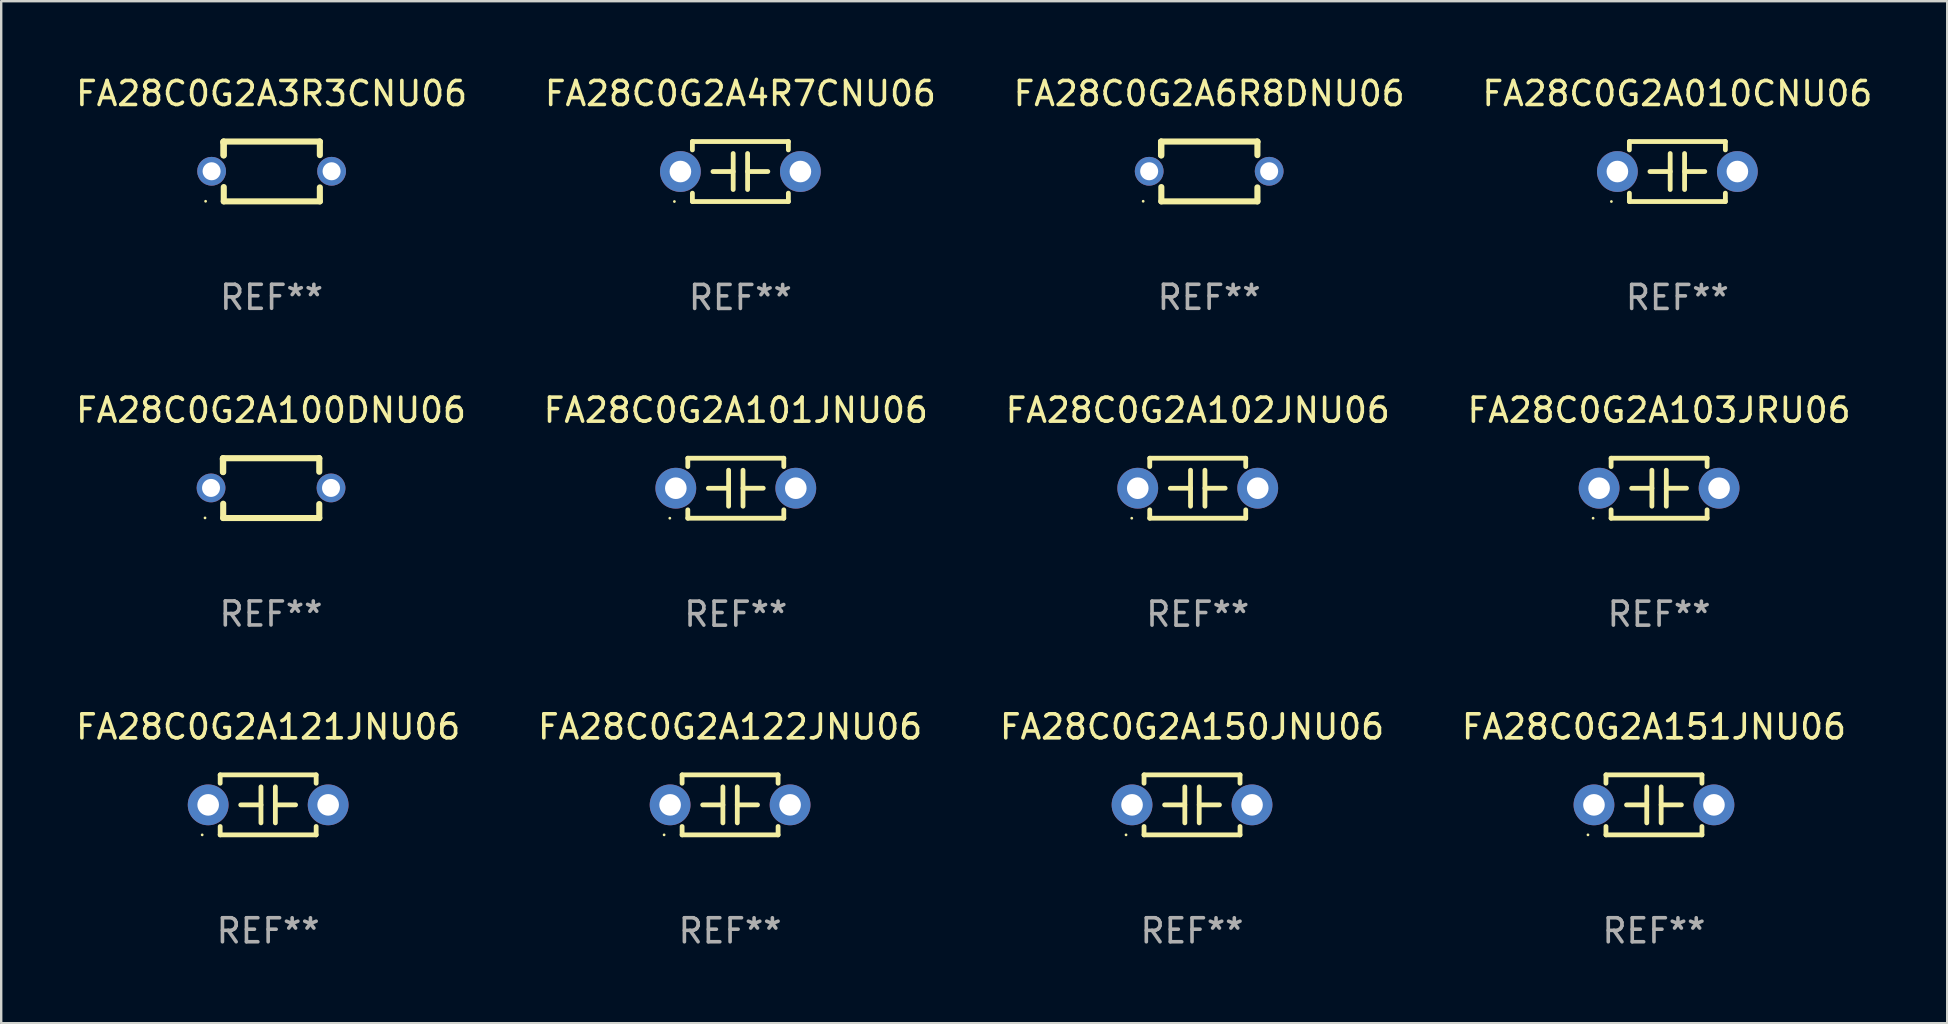
<source format=kicad_pcb>
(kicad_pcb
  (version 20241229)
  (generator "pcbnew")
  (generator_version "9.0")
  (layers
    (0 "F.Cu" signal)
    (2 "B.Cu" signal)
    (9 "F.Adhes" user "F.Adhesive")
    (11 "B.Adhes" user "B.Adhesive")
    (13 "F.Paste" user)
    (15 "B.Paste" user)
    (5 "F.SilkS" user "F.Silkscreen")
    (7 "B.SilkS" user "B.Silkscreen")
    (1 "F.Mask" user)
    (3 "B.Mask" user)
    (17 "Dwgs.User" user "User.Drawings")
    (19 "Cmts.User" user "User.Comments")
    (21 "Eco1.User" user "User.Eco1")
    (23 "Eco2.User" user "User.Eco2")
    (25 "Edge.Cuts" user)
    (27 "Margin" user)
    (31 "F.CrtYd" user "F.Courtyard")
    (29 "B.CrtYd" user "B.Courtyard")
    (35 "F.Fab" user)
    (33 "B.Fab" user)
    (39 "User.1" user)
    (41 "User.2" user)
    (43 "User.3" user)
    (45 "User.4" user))
  (footprint "FA28C0G2A103JRU06"
    (layer "F.Cu")
    (at 66.089 17.295)
    (property "Reference" "FA28C0G2A103JRU06" (at 0 -3.25 0) (layer "F.SilkS") (effects (font (size 1 1) (thickness 0.15))))
    (attr through_hole)
    (fp_line (start -2 -1.25) (end -2 -0.901) (stroke (width 0.2) (type solid)) (layer "F.SilkS"))
    (fp_line (start -2 -1.25) (end 2 -1.25) (stroke (width 0.2) (type solid)) (layer "F.SilkS"))
    (fp_line (start -2 0.901) (end -2 1.25) (stroke (width 0.2) (type solid)) (layer "F.SilkS"))
    (fp_line (start -0.3 -0.75) (end -0.3 0.75) (stroke (width 0.2) (type solid)) (layer "F.SilkS"))
    (fp_line (start -0.3 0.001) (end -1.143 0.001) (stroke (width 0.2) (type solid)) (layer "F.SilkS"))
    (fp_line (start 0.3 -0.001) (end 1.143 -0.001) (stroke (width 0.2) (type solid)) (layer "F.SilkS"))
    (fp_line (start 0.3 0.75) (end 0.3 -0.75) (stroke (width 0.2) (type solid)) (layer "F.SilkS"))
    (fp_line (start 2 -1.25) (end 2 -0.901) (stroke (width 0.2) (type solid)) (layer "F.SilkS"))
    (fp_line (start 2 0.901) (end 2 1.25) (stroke (width 0.2) (type solid)) (layer "F.SilkS"))
    (fp_line (start 2 1.25) (end -2 1.25) (stroke (width 0.2) (type solid)) (layer "F.SilkS"))
    (fp_circle (center -2.75 1.25) (end -2.72 1.25) (stroke (width 0.06) (type solid)) (fill no) (layer "F.SilkS"))
    (fp_text user "REF**" (at 0 5.25 0) (layer "F.Fab") (effects (font (size 1 1) (thickness 0.15))))
    (pad "1" thru_hole circle (at -2.5 0) (size 1.7 1.7) (drill 0.9) (layers "*.Cu" "*.Mask"))
    (pad "2" thru_hole circle (at 2.5 0) (size 1.7 1.7) (drill 0.9) (layers "*.Cu" "*.Mask")))
  (footprint "FA28C0G2A151JNU06"
    (layer "F.Cu")
    (at 65.875 30.491)
    (property "Reference" "FA28C0G2A151JNU06" (at 0 -3.25 0) (layer "F.SilkS") (effects (font (size 1 1) (thickness 0.15))))
    (attr through_hole)
    (fp_line (start -2 -1.25) (end -2 -0.901) (stroke (width 0.2) (type solid)) (layer "F.SilkS"))
    (fp_line (start -2 -1.25) (end 2 -1.25) (stroke (width 0.2) (type solid)) (layer "F.SilkS"))
    (fp_line (start -2 0.901) (end -2 1.25) (stroke (width 0.2) (type solid)) (layer "F.SilkS"))
    (fp_line (start -0.3 -0.75) (end -0.3 0.75) (stroke (width 0.2) (type solid)) (layer "F.SilkS"))
    (fp_line (start -0.3 0.001) (end -1.143 0.001) (stroke (width 0.2) (type solid)) (layer "F.SilkS"))
    (fp_line (start 0.3 -0.001) (end 1.143 -0.001) (stroke (width 0.2) (type solid)) (layer "F.SilkS"))
    (fp_line (start 0.3 0.75) (end 0.3 -0.75) (stroke (width 0.2) (type solid)) (layer "F.SilkS"))
    (fp_line (start 2 -1.25) (end 2 -0.901) (stroke (width 0.2) (type solid)) (layer "F.SilkS"))
    (fp_line (start 2 0.901) (end 2 1.25) (stroke (width 0.2) (type solid)) (layer "F.SilkS"))
    (fp_line (start 2 1.25) (end -2 1.25) (stroke (width 0.2) (type solid)) (layer "F.SilkS"))
    (fp_circle (center -2.75 1.25) (end -2.72 1.25) (stroke (width 0.06) (type solid)) (fill no) (layer "F.SilkS"))
    (fp_text user "REF**" (at 0 5.25 0) (layer "F.Fab") (effects (font (size 1 1) (thickness 0.15))))
    (pad "1" thru_hole circle (at -2.5 0) (size 1.7 1.7) (drill 0.9) (layers "*.Cu" "*.Mask"))
    (pad "2" thru_hole circle (at 2.5 0) (size 1.7 1.7) (drill 0.9) (layers "*.Cu" "*.Mask")))
  (footprint "FA28C0G2A100DNU06"
    (layer "F.Cu")
    (at 8.244 17.291)
    (property "Reference" "FA28C0G2A100DNU06" (at 0 -3.247 0) (layer "F.SilkS") (effects (font (size 1 1) (thickness 0.15))))
    (attr through_hole)
    (fp_line (start -2.006 -1.24) (end -1.999 -1.247) (stroke (width 0.254) (type solid)) (layer "F.SilkS"))
    (fp_line (start -2.006 -0.676) (end -2.006 -1.24) (stroke (width 0.254) (type solid)) (layer "F.SilkS"))
    (fp_line (start -1.999 -1.247) (end 2.005 -1.247) (stroke (width 0.254) (type solid)) (layer "F.SilkS"))
    (fp_line (start -1.993 -1.186) (end -2.006 -1.2) (stroke (width 0.254) (type solid)) (layer "F.SilkS"))
    (fp_line (start -1.993 -0.665) (end -1.993 -1.186) (stroke (width 0.254) (type solid)) (layer "F.SilkS"))
    (fp_line (start -1.993 1.247) (end -1.993 0.65) (stroke (width 0.254) (type solid)) (layer "F.SilkS"))
    (fp_line (start 2.005 -1.247) (end 2.011 -1.24) (stroke (width 0.254) (type solid)) (layer "F.SilkS"))
    (fp_line (start 2.011 -1.24) (end 2.011 -0.68) (stroke (width 0.254) (type solid)) (layer "F.SilkS"))
    (fp_line (start 2.011 0.664) (end 2.011 1.247) (stroke (width 0.254) (type solid)) (layer "F.SilkS"))
    (fp_line (start 2.011 1.247) (end -1.993 1.247) (stroke (width 0.254) (type solid)) (layer "F.SilkS"))
    (fp_circle (center -2.75 1.242) (end -2.72 1.242) (stroke (width 0.06) (type solid)) (fill no) (layer "F.SilkS"))
    (fp_text user "REF**" (at 0 5.247 0) (layer "F.Fab") (effects (font (size 1 1) (thickness 0.15))))
    (pad "1" thru_hole circle (at -2.5 -0.008) (size 1.2 1.2) (drill 0.75) (layers "*.Cu" "*.Mask"))
    (pad "2" thru_hole circle (at 2.5 -0.008) (size 1.2 1.2) (drill 0.75) (layers "*.Cu" "*.Mask")))
  (footprint "FA28C0G2A4R7CNU06"
    (layer "F.Cu")
    (at 27.804 4.098)
    (property "Reference" "FA28C0G2A4R7CNU06" (at 0 -3.25 0) (layer "F.SilkS") (effects (font (size 1 1) (thickness 0.15))))
    (attr through_hole)
    (fp_line (start -2 -1.25) (end -2 -0.901) (stroke (width 0.2) (type solid)) (layer "F.SilkS"))
    (fp_line (start -2 -1.25) (end 2 -1.25) (stroke (width 0.2) (type solid)) (layer "F.SilkS"))
    (fp_line (start -2 0.901) (end -2 1.25) (stroke (width 0.2) (type solid)) (layer "F.SilkS"))
    (fp_line (start -0.3 -0.75) (end -0.3 0.75) (stroke (width 0.2) (type solid)) (layer "F.SilkS"))
    (fp_line (start -0.3 0.001) (end -1.143 0.001) (stroke (width 0.2) (type solid)) (layer "F.SilkS"))
    (fp_line (start 0.3 -0.001) (end 1.143 -0.001) (stroke (width 0.2) (type solid)) (layer "F.SilkS"))
    (fp_line (start 0.3 0.75) (end 0.3 -0.75) (stroke (width 0.2) (type solid)) (layer "F.SilkS"))
    (fp_line (start 2 -1.25) (end 2 -0.901) (stroke (width 0.2) (type solid)) (layer "F.SilkS"))
    (fp_line (start 2 0.901) (end 2 1.25) (stroke (width 0.2) (type solid)) (layer "F.SilkS"))
    (fp_line (start 2 1.25) (end -2 1.25) (stroke (width 0.2) (type solid)) (layer "F.SilkS"))
    (fp_circle (center -2.75 1.25) (end -2.72 1.25) (stroke (width 0.06) (type solid)) (fill no) (layer "F.SilkS"))
    (fp_text user "REF**" (at 0 5.25 0) (layer "F.Fab") (effects (font (size 1 1) (thickness 0.15))))
    (pad "1" thru_hole circle (at -2.5 0) (size 1.7 1.7) (drill 0.9) (layers "*.Cu" "*.Mask"))
    (pad "2" thru_hole circle (at 2.5 0) (size 1.7 1.7) (drill 0.9) (layers "*.Cu" "*.Mask")))
  (footprint "FA28C0G2A122JNU06"
    (layer "F.Cu")
    (at 27.375 30.491)
    (property "Reference" "FA28C0G2A122JNU06" (at 0 -3.25 0) (layer "F.SilkS") (effects (font (size 1 1) (thickness 0.15))))
    (attr through_hole)
    (fp_line (start -2 -1.25) (end -2 -0.901) (stroke (width 0.2) (type solid)) (layer "F.SilkS"))
    (fp_line (start -2 -1.25) (end 2 -1.25) (stroke (width 0.2) (type solid)) (layer "F.SilkS"))
    (fp_line (start -2 0.901) (end -2 1.25) (stroke (width 0.2) (type solid)) (layer "F.SilkS"))
    (fp_line (start -0.3 -0.75) (end -0.3 0.75) (stroke (width 0.2) (type solid)) (layer "F.SilkS"))
    (fp_line (start -0.3 0.001) (end -1.143 0.001) (stroke (width 0.2) (type solid)) (layer "F.SilkS"))
    (fp_line (start 0.3 -0.001) (end 1.143 -0.001) (stroke (width 0.2) (type solid)) (layer "F.SilkS"))
    (fp_line (start 0.3 0.75) (end 0.3 -0.75) (stroke (width 0.2) (type solid)) (layer "F.SilkS"))
    (fp_line (start 2 -1.25) (end 2 -0.901) (stroke (width 0.2) (type solid)) (layer "F.SilkS"))
    (fp_line (start 2 0.901) (end 2 1.25) (stroke (width 0.2) (type solid)) (layer "F.SilkS"))
    (fp_line (start 2 1.25) (end -2 1.25) (stroke (width 0.2) (type solid)) (layer "F.SilkS"))
    (fp_circle (center -2.75 1.25) (end -2.72 1.25) (stroke (width 0.06) (type solid)) (fill no) (layer "F.SilkS"))
    (fp_text user "REF**" (at 0 5.25 0) (layer "F.Fab") (effects (font (size 1 1) (thickness 0.15))))
    (pad "1" thru_hole circle (at -2.5 0) (size 1.7 1.7) (drill 0.9) (layers "*.Cu" "*.Mask"))
    (pad "2" thru_hole circle (at 2.5 0) (size 1.7 1.7) (drill 0.9) (layers "*.Cu" "*.Mask")))
  (footprint "FA28C0G2A010CNU06"
    (layer "F.Cu")
    (at 66.851 4.098)
    (property "Reference" "FA28C0G2A010CNU06" (at 0 -3.25 0) (layer "F.SilkS") (effects (font (size 1 1) (thickness 0.15))))
    (attr through_hole)
    (fp_line (start -2 -1.25) (end -2 -0.901) (stroke (width 0.2) (type solid)) (layer "F.SilkS"))
    (fp_line (start -2 -1.25) (end 2 -1.25) (stroke (width 0.2) (type solid)) (layer "F.SilkS"))
    (fp_line (start -2 0.901) (end -2 1.25) (stroke (width 0.2) (type solid)) (layer "F.SilkS"))
    (fp_line (start -0.3 -0.75) (end -0.3 0.75) (stroke (width 0.2) (type solid)) (layer "F.SilkS"))
    (fp_line (start -0.3 0.001) (end -1.143 0.001) (stroke (width 0.2) (type solid)) (layer "F.SilkS"))
    (fp_line (start 0.3 -0.001) (end 1.143 -0.001) (stroke (width 0.2) (type solid)) (layer "F.SilkS"))
    (fp_line (start 0.3 0.75) (end 0.3 -0.75) (stroke (width 0.2) (type solid)) (layer "F.SilkS"))
    (fp_line (start 2 -1.25) (end 2 -0.901) (stroke (width 0.2) (type solid)) (layer "F.SilkS"))
    (fp_line (start 2 0.901) (end 2 1.25) (stroke (width 0.2) (type solid)) (layer "F.SilkS"))
    (fp_line (start 2 1.25) (end -2 1.25) (stroke (width 0.2) (type solid)) (layer "F.SilkS"))
    (fp_circle (center -2.75 1.25) (end -2.72 1.25) (stroke (width 0.06) (type solid)) (fill no) (layer "F.SilkS"))
    (fp_text user "REF**" (at 0 5.25 0) (layer "F.Fab") (effects (font (size 1 1) (thickness 0.15))))
    (pad "1" thru_hole circle (at -2.5 0) (size 1.7 1.7) (drill 0.9) (layers "*.Cu" "*.Mask"))
    (pad "2" thru_hole circle (at 2.5 0) (size 1.7 1.7) (drill 0.9) (layers "*.Cu" "*.Mask")))
  (footprint "FA28C0G2A6R8DNU06"
    (layer "F.Cu")
    (at 47.339 4.095)
    (property "Reference" "FA28C0G2A6R8DNU06" (at 0 -3.247 0) (layer "F.SilkS") (effects (font (size 1 1) (thickness 0.15))))
    (attr through_hole)
    (fp_line (start -2.006 -1.24) (end -1.999 -1.247) (stroke (width 0.254) (type solid)) (layer "F.SilkS"))
    (fp_line (start -2.006 -0.676) (end -2.006 -1.24) (stroke (width 0.254) (type solid)) (layer "F.SilkS"))
    (fp_line (start -1.999 -1.247) (end 2.005 -1.247) (stroke (width 0.254) (type solid)) (layer "F.SilkS"))
    (fp_line (start -1.993 -1.186) (end -2.006 -1.2) (stroke (width 0.254) (type solid)) (layer "F.SilkS"))
    (fp_line (start -1.993 -0.665) (end -1.993 -1.186) (stroke (width 0.254) (type solid)) (layer "F.SilkS"))
    (fp_line (start -1.993 1.247) (end -1.993 0.65) (stroke (width 0.254) (type solid)) (layer "F.SilkS"))
    (fp_line (start 2.005 -1.247) (end 2.011 -1.24) (stroke (width 0.254) (type solid)) (layer "F.SilkS"))
    (fp_line (start 2.011 -1.24) (end 2.011 -0.68) (stroke (width 0.254) (type solid)) (layer "F.SilkS"))
    (fp_line (start 2.011 0.664) (end 2.011 1.247) (stroke (width 0.254) (type solid)) (layer "F.SilkS"))
    (fp_line (start 2.011 1.247) (end -1.993 1.247) (stroke (width 0.254) (type solid)) (layer "F.SilkS"))
    (fp_circle (center -2.75 1.242) (end -2.72 1.242) (stroke (width 0.06) (type solid)) (fill no) (layer "F.SilkS"))
    (fp_text user "REF**" (at 0 5.247 0) (layer "F.Fab") (effects (font (size 1 1) (thickness 0.15))))
    (pad "1" thru_hole circle (at -2.5 -0.008) (size 1.2 1.2) (drill 0.75) (layers "*.Cu" "*.Mask"))
    (pad "2" thru_hole circle (at 2.5 -0.008) (size 1.2 1.2) (drill 0.75) (layers "*.Cu" "*.Mask")))
  (footprint "FA28C0G2A3R3CNU06"
    (layer "F.Cu")
    (at 8.268 4.095)
    (property "Reference" "FA28C0G2A3R3CNU06" (at 0 -3.247 0) (layer "F.SilkS") (effects (font (size 1 1) (thickness 0.15))))
    (attr through_hole)
    (fp_line (start -2.006 -1.24) (end -1.999 -1.247) (stroke (width 0.254) (type solid)) (layer "F.SilkS"))
    (fp_line (start -2.006 -0.676) (end -2.006 -1.24) (stroke (width 0.254) (type solid)) (layer "F.SilkS"))
    (fp_line (start -1.999 -1.247) (end 2.005 -1.247) (stroke (width 0.254) (type solid)) (layer "F.SilkS"))
    (fp_line (start -1.993 -1.186) (end -2.006 -1.2) (stroke (width 0.254) (type solid)) (layer "F.SilkS"))
    (fp_line (start -1.993 -0.665) (end -1.993 -1.186) (stroke (width 0.254) (type solid)) (layer "F.SilkS"))
    (fp_line (start -1.993 1.247) (end -1.993 0.65) (stroke (width 0.254) (type solid)) (layer "F.SilkS"))
    (fp_line (start 2.005 -1.247) (end 2.011 -1.24) (stroke (width 0.254) (type solid)) (layer "F.SilkS"))
    (fp_line (start 2.011 -1.24) (end 2.011 -0.68) (stroke (width 0.254) (type solid)) (layer "F.SilkS"))
    (fp_line (start 2.011 0.664) (end 2.011 1.247) (stroke (width 0.254) (type solid)) (layer "F.SilkS"))
    (fp_line (start 2.011 1.247) (end -1.993 1.247) (stroke (width 0.254) (type solid)) (layer "F.SilkS"))
    (fp_circle (center -2.75 1.242) (end -2.72 1.242) (stroke (width 0.06) (type solid)) (fill no) (layer "F.SilkS"))
    (fp_text user "REF**" (at 0 5.247 0) (layer "F.Fab") (effects (font (size 1 1) (thickness 0.15))))
    (pad "1" thru_hole circle (at -2.5 -0.008) (size 1.2 1.2) (drill 0.75) (layers "*.Cu" "*.Mask"))
    (pad "2" thru_hole circle (at 2.5 -0.008) (size 1.2 1.2) (drill 0.75) (layers "*.Cu" "*.Mask")))
  (footprint "FA28C0G2A121JNU06"
    (layer "F.Cu")
    (at 8.125 30.491)
    (property "Reference" "FA28C0G2A121JNU06" (at 0 -3.25 0) (layer "F.SilkS") (effects (font (size 1 1) (thickness 0.15))))
    (attr through_hole)
    (fp_line (start -2 -1.25) (end -2 -0.901) (stroke (width 0.2) (type solid)) (layer "F.SilkS"))
    (fp_line (start -2 -1.25) (end 2 -1.25) (stroke (width 0.2) (type solid)) (layer "F.SilkS"))
    (fp_line (start -2 0.901) (end -2 1.25) (stroke (width 0.2) (type solid)) (layer "F.SilkS"))
    (fp_line (start -0.3 -0.75) (end -0.3 0.75) (stroke (width 0.2) (type solid)) (layer "F.SilkS"))
    (fp_line (start -0.3 0.001) (end -1.143 0.001) (stroke (width 0.2) (type solid)) (layer "F.SilkS"))
    (fp_line (start 0.3 -0.001) (end 1.143 -0.001) (stroke (width 0.2) (type solid)) (layer "F.SilkS"))
    (fp_line (start 0.3 0.75) (end 0.3 -0.75) (stroke (width 0.2) (type solid)) (layer "F.SilkS"))
    (fp_line (start 2 -1.25) (end 2 -0.901) (stroke (width 0.2) (type solid)) (layer "F.SilkS"))
    (fp_line (start 2 0.901) (end 2 1.25) (stroke (width 0.2) (type solid)) (layer "F.SilkS"))
    (fp_line (start 2 1.25) (end -2 1.25) (stroke (width 0.2) (type solid)) (layer "F.SilkS"))
    (fp_circle (center -2.75 1.25) (end -2.72 1.25) (stroke (width 0.06) (type solid)) (fill no) (layer "F.SilkS"))
    (fp_text user "REF**" (at 0 5.25 0) (layer "F.Fab") (effects (font (size 1 1) (thickness 0.15))))
    (pad "1" thru_hole circle (at -2.5 0) (size 1.7 1.7) (drill 0.9) (layers "*.Cu" "*.Mask"))
    (pad "2" thru_hole circle (at 2.5 0) (size 1.7 1.7) (drill 0.9) (layers "*.Cu" "*.Mask")))
  (footprint "FA28C0G2A102JNU06"
    (layer "F.Cu")
    (at 46.863 17.295)
    (property "Reference" "FA28C0G2A102JNU06" (at 0 -3.25 0) (layer "F.SilkS") (effects (font (size 1 1) (thickness 0.15))))
    (attr through_hole)
    (fp_line (start -2 -1.25) (end -2 -0.901) (stroke (width 0.2) (type solid)) (layer "F.SilkS"))
    (fp_line (start -2 -1.25) (end 2 -1.25) (stroke (width 0.2) (type solid)) (layer "F.SilkS"))
    (fp_line (start -2 0.901) (end -2 1.25) (stroke (width 0.2) (type solid)) (layer "F.SilkS"))
    (fp_line (start -0.3 -0.75) (end -0.3 0.75) (stroke (width 0.2) (type solid)) (layer "F.SilkS"))
    (fp_line (start -0.3 0.001) (end -1.143 0.001) (stroke (width 0.2) (type solid)) (layer "F.SilkS"))
    (fp_line (start 0.3 -0.001) (end 1.143 -0.001) (stroke (width 0.2) (type solid)) (layer "F.SilkS"))
    (fp_line (start 0.3 0.75) (end 0.3 -0.75) (stroke (width 0.2) (type solid)) (layer "F.SilkS"))
    (fp_line (start 2 -1.25) (end 2 -0.901) (stroke (width 0.2) (type solid)) (layer "F.SilkS"))
    (fp_line (start 2 0.901) (end 2 1.25) (stroke (width 0.2) (type solid)) (layer "F.SilkS"))
    (fp_line (start 2 1.25) (end -2 1.25) (stroke (width 0.2) (type solid)) (layer "F.SilkS"))
    (fp_circle (center -2.75 1.25) (end -2.72 1.25) (stroke (width 0.06) (type solid)) (fill no) (layer "F.SilkS"))
    (fp_text user "REF**" (at 0 5.25 0) (layer "F.Fab") (effects (font (size 1 1) (thickness 0.15))))
    (pad "1" thru_hole circle (at -2.5 0) (size 1.7 1.7) (drill 0.9) (layers "*.Cu" "*.Mask"))
    (pad "2" thru_hole circle (at 2.5 0) (size 1.7 1.7) (drill 0.9) (layers "*.Cu" "*.Mask")))
  (footprint "FA28C0G2A101JNU06"
    (layer "F.Cu")
    (at 27.613 17.295)
    (property "Reference" "FA28C0G2A101JNU06" (at 0 -3.25 0) (layer "F.SilkS") (effects (font (size 1 1) (thickness 0.15))))
    (attr through_hole)
    (fp_line (start -2 -1.25) (end -2 -0.901) (stroke (width 0.2) (type solid)) (layer "F.SilkS"))
    (fp_line (start -2 -1.25) (end 2 -1.25) (stroke (width 0.2) (type solid)) (layer "F.SilkS"))
    (fp_line (start -2 0.901) (end -2 1.25) (stroke (width 0.2) (type solid)) (layer "F.SilkS"))
    (fp_line (start -0.3 -0.75) (end -0.3 0.75) (stroke (width 0.2) (type solid)) (layer "F.SilkS"))
    (fp_line (start -0.3 0.001) (end -1.143 0.001) (stroke (width 0.2) (type solid)) (layer "F.SilkS"))
    (fp_line (start 0.3 -0.001) (end 1.143 -0.001) (stroke (width 0.2) (type solid)) (layer "F.SilkS"))
    (fp_line (start 0.3 0.75) (end 0.3 -0.75) (stroke (width 0.2) (type solid)) (layer "F.SilkS"))
    (fp_line (start 2 -1.25) (end 2 -0.901) (stroke (width 0.2) (type solid)) (layer "F.SilkS"))
    (fp_line (start 2 0.901) (end 2 1.25) (stroke (width 0.2) (type solid)) (layer "F.SilkS"))
    (fp_line (start 2 1.25) (end -2 1.25) (stroke (width 0.2) (type solid)) (layer "F.SilkS"))
    (fp_circle (center -2.75 1.25) (end -2.72 1.25) (stroke (width 0.06) (type solid)) (fill no) (layer "F.SilkS"))
    (fp_text user "REF**" (at 0 5.25 0) (layer "F.Fab") (effects (font (size 1 1) (thickness 0.15))))
    (pad "1" thru_hole circle (at -2.5 0) (size 1.7 1.7) (drill 0.9) (layers "*.Cu" "*.Mask"))
    (pad "2" thru_hole circle (at 2.5 0) (size 1.7 1.7) (drill 0.9) (layers "*.Cu" "*.Mask")))
  (footprint "FA28C0G2A150JNU06"
    (layer "F.Cu")
    (at 46.625 30.491)
    (property "Reference" "FA28C0G2A150JNU06" (at 0 -3.25 0) (layer "F.SilkS") (effects (font (size 1 1) (thickness 0.15))))
    (attr through_hole)
    (fp_line (start -2 -1.25) (end -2 -0.901) (stroke (width 0.2) (type solid)) (layer "F.SilkS"))
    (fp_line (start -2 -1.25) (end 2 -1.25) (stroke (width 0.2) (type solid)) (layer "F.SilkS"))
    (fp_line (start -2 0.901) (end -2 1.25) (stroke (width 0.2) (type solid)) (layer "F.SilkS"))
    (fp_line (start -0.3 -0.75) (end -0.3 0.75) (stroke (width 0.2) (type solid)) (layer "F.SilkS"))
    (fp_line (start -0.3 0.001) (end -1.143 0.001) (stroke (width 0.2) (type solid)) (layer "F.SilkS"))
    (fp_line (start 0.3 -0.001) (end 1.143 -0.001) (stroke (width 0.2) (type solid)) (layer "F.SilkS"))
    (fp_line (start 0.3 0.75) (end 0.3 -0.75) (stroke (width 0.2) (type solid)) (layer "F.SilkS"))
    (fp_line (start 2 -1.25) (end 2 -0.901) (stroke (width 0.2) (type solid)) (layer "F.SilkS"))
    (fp_line (start 2 0.901) (end 2 1.25) (stroke (width 0.2) (type solid)) (layer "F.SilkS"))
    (fp_line (start 2 1.25) (end -2 1.25) (stroke (width 0.2) (type solid)) (layer "F.SilkS"))
    (fp_circle (center -2.75 1.25) (end -2.72 1.25) (stroke (width 0.06) (type solid)) (fill no) (layer "F.SilkS"))
    (fp_text user "REF**" (at 0 5.25 0) (layer "F.Fab") (effects (font (size 1 1) (thickness 0.15))))
    (pad "1" thru_hole circle (at -2.5 0) (size 1.7 1.7) (drill 0.9) (layers "*.Cu" "*.Mask"))
    (pad "2" thru_hole circle (at 2.5 0) (size 1.7 1.7) (drill 0.9) (layers "*.Cu" "*.Mask")))
  (gr_rect
    (start -3 -3)
    (end 78.095 39.59)
    (stroke (width 0.1) (type default))
    (fill no)
    (layer "Edge.Cuts")))
</source>
